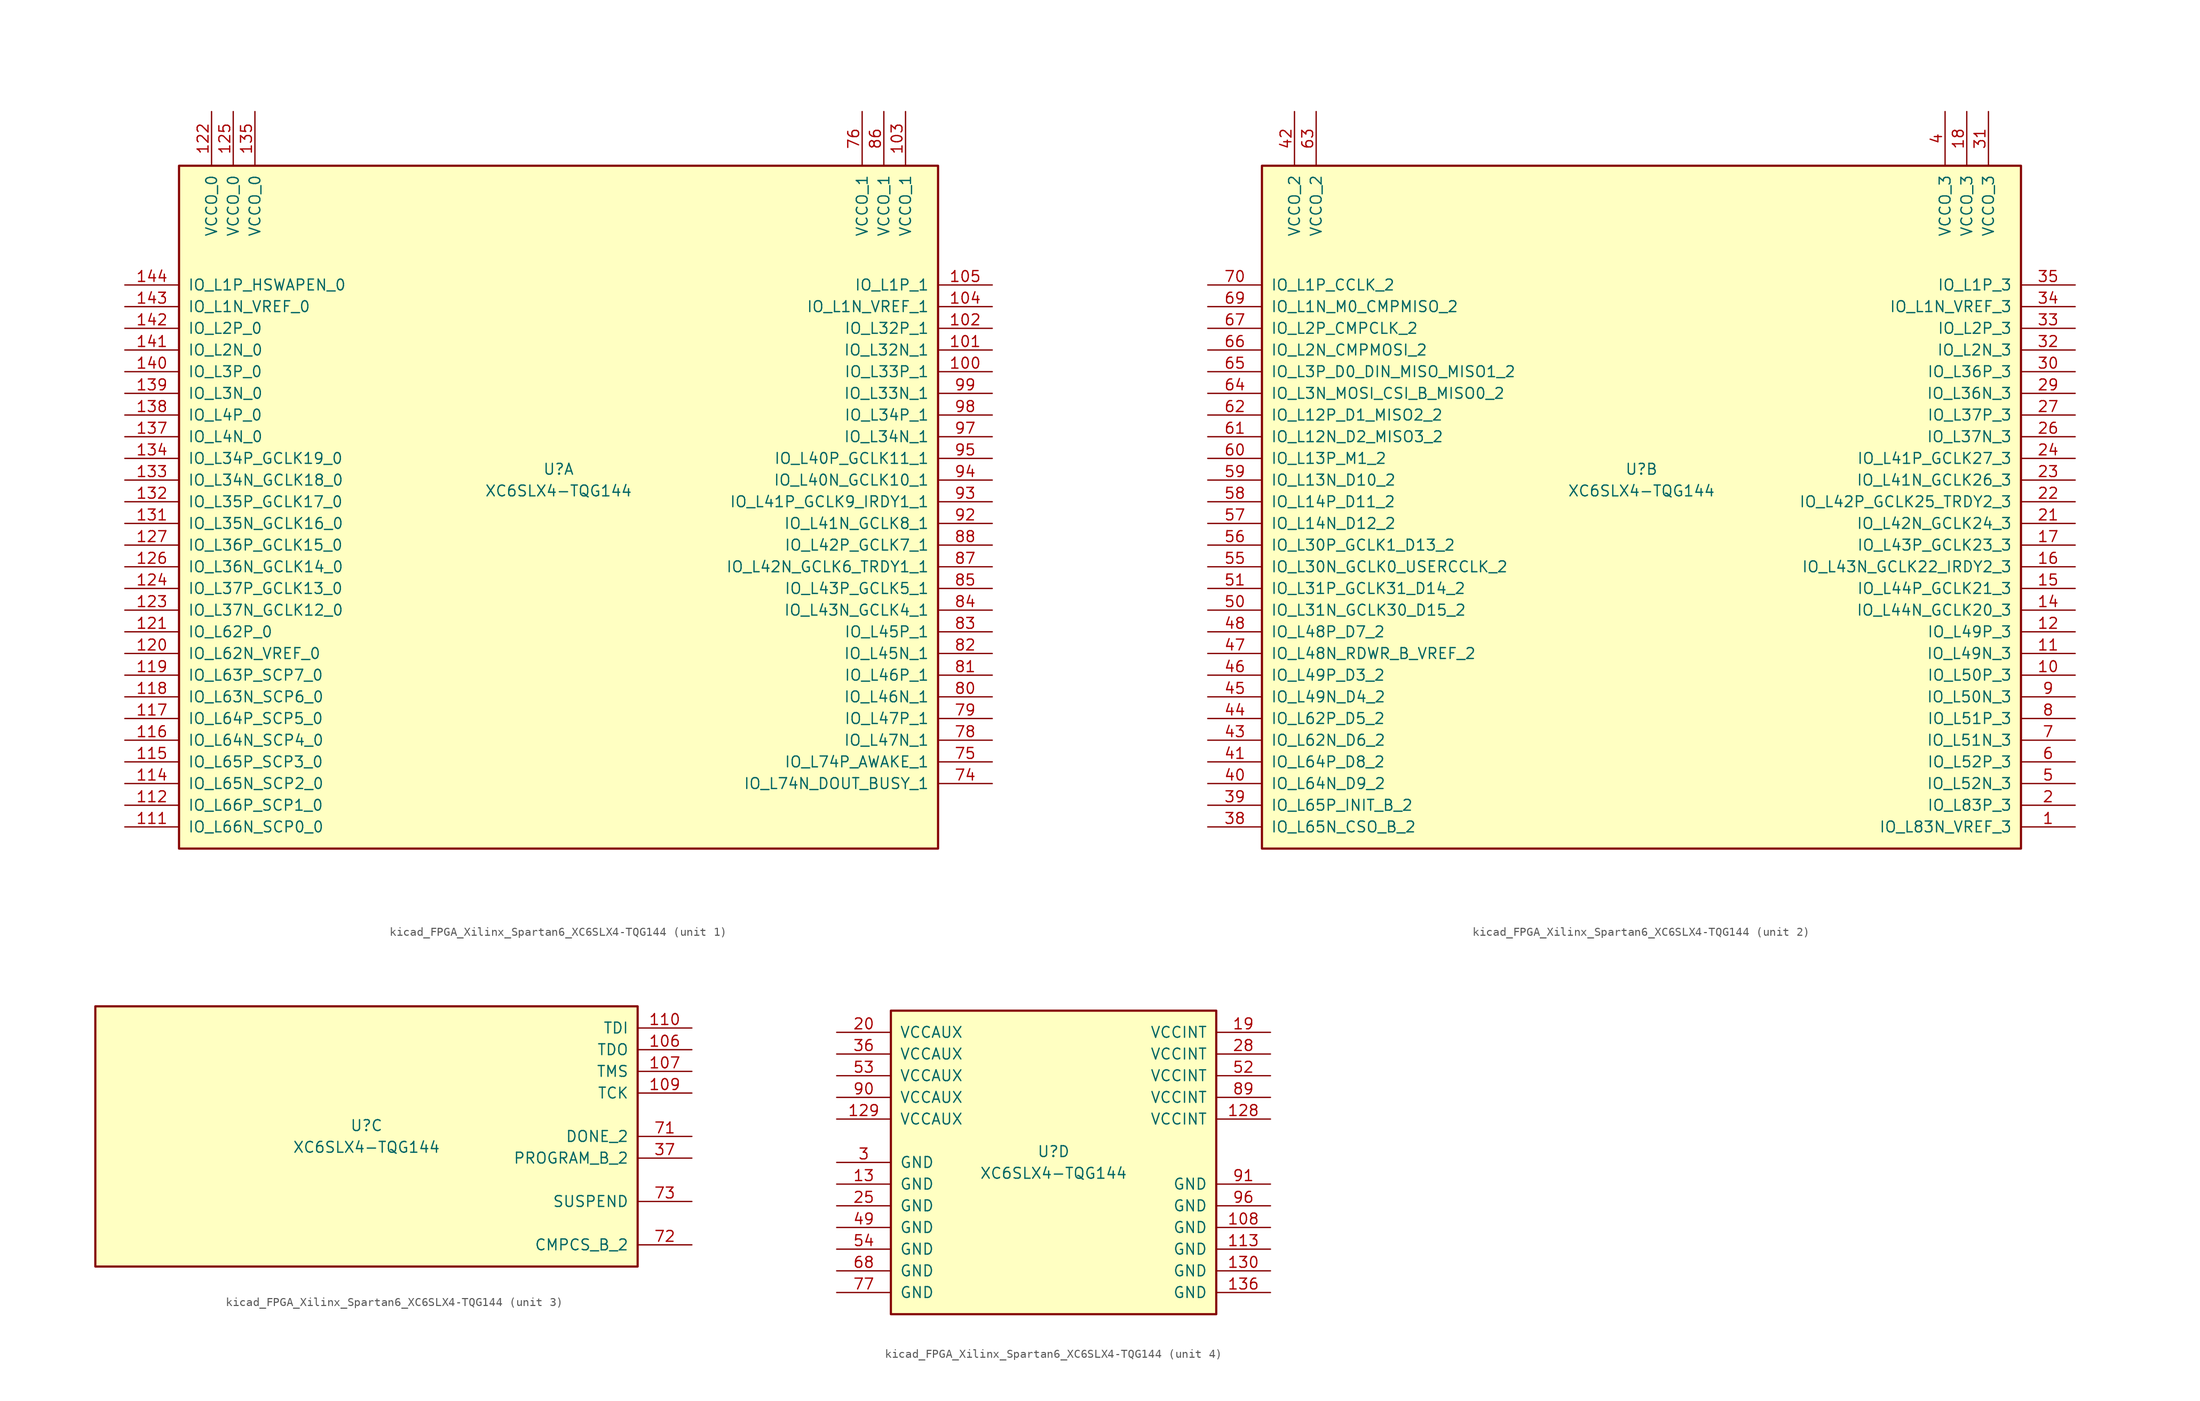
<source format=kicad_sym>
(kicad_symbol_lib
  (version 20220914)
  (generator kicad_symbol_editor)
  (symbol "kicad_FPGA_Xilinx_Spartan6_XC6SLX4-TQG144"
    (pin_names
      (offset 1.016))
    (property "Reference" "U"
      (at 0 1.27 0)
      (effects (font (size 1.27 1.27))))
    (property "Value" "XC6SLX4-TQG144"
      (at 0 -1.27 0)
      (effects (font (size 1.27 1.27))))
    (property "Datasheet" ""
      (at 0 0 0)
      (effects (font (size 1.27 1.27))))
    (property "ki_locked" ""
      (at 0 0 0)
      (effects (font (size 1.27 1.27))))
    (symbol "kicad_FPGA_Xilinx_Spartan6_XC6SLX4-TQG144_1_1"
      (rectangle (start -44.45 36.83) (end 44.45 -43.18) (stroke (width 0.254) (type default)) (fill (type background)))
      (pin bidirectional line (at 50.8 12.7 180) (length 6.35) (name "IO_L33P_1" (effects (font (size 1.27 1.27)))) (number "100" (effects (font (size 1.27 1.27)))))
      (pin bidirectional line (at 50.8 15.24 180) (length 6.35) (name "IO_L32N_1" (effects (font (size 1.27 1.27)))) (number "101" (effects (font (size 1.27 1.27)))))
      (pin bidirectional line (at 50.8 17.78 180) (length 6.35) (name "IO_L32P_1" (effects (font (size 1.27 1.27)))) (number "102" (effects (font (size 1.27 1.27)))))
      (pin power_in line (at 40.64 43.18 270) (length 6.35) (name "VCCO_1" (effects (font (size 1.27 1.27)))) (number "103" (effects (font (size 1.27 1.27)))))
      (pin bidirectional line (at 50.8 20.32 180) (length 6.35) (name "IO_L1N_VREF_1" (effects (font (size 1.27 1.27)))) (number "104" (effects (font (size 1.27 1.27)))))
      (pin bidirectional line (at 50.8 22.86 180) (length 6.35) (name "IO_L1P_1" (effects (font (size 1.27 1.27)))) (number "105" (effects (font (size 1.27 1.27)))))
      (pin bidirectional line (at -50.8 -40.64 0) (length 6.35) (name "IO_L66N_SCP0_0" (effects (font (size 1.27 1.27)))) (number "111" (effects (font (size 1.27 1.27)))))
      (pin bidirectional line (at -50.8 -38.1 0) (length 6.35) (name "IO_L66P_SCP1_0" (effects (font (size 1.27 1.27)))) (number "112" (effects (font (size 1.27 1.27)))))
      (pin bidirectional line (at -50.8 -35.56 0) (length 6.35) (name "IO_L65N_SCP2_0" (effects (font (size 1.27 1.27)))) (number "114" (effects (font (size 1.27 1.27)))))
      (pin bidirectional line (at -50.8 -33.02 0) (length 6.35) (name "IO_L65P_SCP3_0" (effects (font (size 1.27 1.27)))) (number "115" (effects (font (size 1.27 1.27)))))
      (pin bidirectional line (at -50.8 -30.48 0) (length 6.35) (name "IO_L64N_SCP4_0" (effects (font (size 1.27 1.27)))) (number "116" (effects (font (size 1.27 1.27)))))
      (pin bidirectional line (at -50.8 -27.94 0) (length 6.35) (name "IO_L64P_SCP5_0" (effects (font (size 1.27 1.27)))) (number "117" (effects (font (size 1.27 1.27)))))
      (pin bidirectional line (at -50.8 -25.4 0) (length 6.35) (name "IO_L63N_SCP6_0" (effects (font (size 1.27 1.27)))) (number "118" (effects (font (size 1.27 1.27)))))
      (pin bidirectional line (at -50.8 -22.86 0) (length 6.35) (name "IO_L63P_SCP7_0" (effects (font (size 1.27 1.27)))) (number "119" (effects (font (size 1.27 1.27)))))
      (pin bidirectional line (at -50.8 -20.32 0) (length 6.35) (name "IO_L62N_VREF_0" (effects (font (size 1.27 1.27)))) (number "120" (effects (font (size 1.27 1.27)))))
      (pin bidirectional line (at -50.8 -17.78 0) (length 6.35) (name "IO_L62P_0" (effects (font (size 1.27 1.27)))) (number "121" (effects (font (size 1.27 1.27)))))
      (pin power_in line (at -40.64 43.18 270) (length 6.35) (name "VCCO_0" (effects (font (size 1.27 1.27)))) (number "122" (effects (font (size 1.27 1.27)))))
      (pin bidirectional line (at -50.8 -15.24 0) (length 6.35) (name "IO_L37N_GCLK12_0" (effects (font (size 1.27 1.27)))) (number "123" (effects (font (size 1.27 1.27)))))
      (pin bidirectional line (at -50.8 -12.7 0) (length 6.35) (name "IO_L37P_GCLK13_0" (effects (font (size 1.27 1.27)))) (number "124" (effects (font (size 1.27 1.27)))))
      (pin power_in line (at -38.1 43.18 270) (length 6.35) (name "VCCO_0" (effects (font (size 1.27 1.27)))) (number "125" (effects (font (size 1.27 1.27)))))
      (pin bidirectional line (at -50.8 -10.16 0) (length 6.35) (name "IO_L36N_GCLK14_0" (effects (font (size 1.27 1.27)))) (number "126" (effects (font (size 1.27 1.27)))))
      (pin bidirectional line (at -50.8 -7.62 0) (length 6.35) (name "IO_L36P_GCLK15_0" (effects (font (size 1.27 1.27)))) (number "127" (effects (font (size 1.27 1.27)))))
      (pin bidirectional line (at -50.8 -5.08 0) (length 6.35) (name "IO_L35N_GCLK16_0" (effects (font (size 1.27 1.27)))) (number "131" (effects (font (size 1.27 1.27)))))
      (pin bidirectional line (at -50.8 -2.54 0) (length 6.35) (name "IO_L35P_GCLK17_0" (effects (font (size 1.27 1.27)))) (number "132" (effects (font (size 1.27 1.27)))))
      (pin bidirectional line (at -50.8 0 0) (length 6.35) (name "IO_L34N_GCLK18_0" (effects (font (size 1.27 1.27)))) (number "133" (effects (font (size 1.27 1.27)))))
      (pin bidirectional line (at -50.8 2.54 0) (length 6.35) (name "IO_L34P_GCLK19_0" (effects (font (size 1.27 1.27)))) (number "134" (effects (font (size 1.27 1.27)))))
      (pin power_in line (at -35.56 43.18 270) (length 6.35) (name "VCCO_0" (effects (font (size 1.27 1.27)))) (number "135" (effects (font (size 1.27 1.27)))))
      (pin bidirectional line (at -50.8 5.08 0) (length 6.35) (name "IO_L4N_0" (effects (font (size 1.27 1.27)))) (number "137" (effects (font (size 1.27 1.27)))))
      (pin bidirectional line (at -50.8 7.62 0) (length 6.35) (name "IO_L4P_0" (effects (font (size 1.27 1.27)))) (number "138" (effects (font (size 1.27 1.27)))))
      (pin bidirectional line (at -50.8 10.16 0) (length 6.35) (name "IO_L3N_0" (effects (font (size 1.27 1.27)))) (number "139" (effects (font (size 1.27 1.27)))))
      (pin bidirectional line (at -50.8 12.7 0) (length 6.35) (name "IO_L3P_0" (effects (font (size 1.27 1.27)))) (number "140" (effects (font (size 1.27 1.27)))))
      (pin bidirectional line (at -50.8 15.24 0) (length 6.35) (name "IO_L2N_0" (effects (font (size 1.27 1.27)))) (number "141" (effects (font (size 1.27 1.27)))))
      (pin bidirectional line (at -50.8 17.78 0) (length 6.35) (name "IO_L2P_0" (effects (font (size 1.27 1.27)))) (number "142" (effects (font (size 1.27 1.27)))))
      (pin bidirectional line (at -50.8 20.32 0) (length 6.35) (name "IO_L1N_VREF_0" (effects (font (size 1.27 1.27)))) (number "143" (effects (font (size 1.27 1.27)))))
      (pin bidirectional line (at -50.8 22.86 0) (length 6.35) (name "IO_L1P_HSWAPEN_0" (effects (font (size 1.27 1.27)))) (number "144" (effects (font (size 1.27 1.27)))))
      (pin bidirectional line (at 50.8 -35.56 180) (length 6.35) (name "IO_L74N_DOUT_BUSY_1" (effects (font (size 1.27 1.27)))) (number "74" (effects (font (size 1.27 1.27)))))
      (pin bidirectional line (at 50.8 -33.02 180) (length 6.35) (name "IO_L74P_AWAKE_1" (effects (font (size 1.27 1.27)))) (number "75" (effects (font (size 1.27 1.27)))))
      (pin power_in line (at 35.56 43.18 270) (length 6.35) (name "VCCO_1" (effects (font (size 1.27 1.27)))) (number "76" (effects (font (size 1.27 1.27)))))
      (pin bidirectional line (at 50.8 -30.48 180) (length 6.35) (name "IO_L47N_1" (effects (font (size 1.27 1.27)))) (number "78" (effects (font (size 1.27 1.27)))))
      (pin bidirectional line (at 50.8 -27.94 180) (length 6.35) (name "IO_L47P_1" (effects (font (size 1.27 1.27)))) (number "79" (effects (font (size 1.27 1.27)))))
      (pin bidirectional line (at 50.8 -25.4 180) (length 6.35) (name "IO_L46N_1" (effects (font (size 1.27 1.27)))) (number "80" (effects (font (size 1.27 1.27)))))
      (pin bidirectional line (at 50.8 -22.86 180) (length 6.35) (name "IO_L46P_1" (effects (font (size 1.27 1.27)))) (number "81" (effects (font (size 1.27 1.27)))))
      (pin bidirectional line (at 50.8 -20.32 180) (length 6.35) (name "IO_L45N_1" (effects (font (size 1.27 1.27)))) (number "82" (effects (font (size 1.27 1.27)))))
      (pin bidirectional line (at 50.8 -17.78 180) (length 6.35) (name "IO_L45P_1" (effects (font (size 1.27 1.27)))) (number "83" (effects (font (size 1.27 1.27)))))
      (pin bidirectional line (at 50.8 -15.24 180) (length 6.35) (name "IO_L43N_GCLK4_1" (effects (font (size 1.27 1.27)))) (number "84" (effects (font (size 1.27 1.27)))))
      (pin bidirectional line (at 50.8 -12.7 180) (length 6.35) (name "IO_L43P_GCLK5_1" (effects (font (size 1.27 1.27)))) (number "85" (effects (font (size 1.27 1.27)))))
      (pin power_in line (at 38.1 43.18 270) (length 6.35) (name "VCCO_1" (effects (font (size 1.27 1.27)))) (number "86" (effects (font (size 1.27 1.27)))))
      (pin bidirectional line (at 50.8 -10.16 180) (length 6.35) (name "IO_L42N_GCLK6_TRDY1_1" (effects (font (size 1.27 1.27)))) (number "87" (effects (font (size 1.27 1.27)))))
      (pin bidirectional line (at 50.8 -7.62 180) (length 6.35) (name "IO_L42P_GCLK7_1" (effects (font (size 1.27 1.27)))) (number "88" (effects (font (size 1.27 1.27)))))
      (pin bidirectional line (at 50.8 -5.08 180) (length 6.35) (name "IO_L41N_GCLK8_1" (effects (font (size 1.27 1.27)))) (number "92" (effects (font (size 1.27 1.27)))))
      (pin bidirectional line (at 50.8 -2.54 180) (length 6.35) (name "IO_L41P_GCLK9_IRDY1_1" (effects (font (size 1.27 1.27)))) (number "93" (effects (font (size 1.27 1.27)))))
      (pin bidirectional line (at 50.8 0 180) (length 6.35) (name "IO_L40N_GCLK10_1" (effects (font (size 1.27 1.27)))) (number "94" (effects (font (size 1.27 1.27)))))
      (pin bidirectional line (at 50.8 2.54 180) (length 6.35) (name "IO_L40P_GCLK11_1" (effects (font (size 1.27 1.27)))) (number "95" (effects (font (size 1.27 1.27)))))
      (pin bidirectional line (at 50.8 5.08 180) (length 6.35) (name "IO_L34N_1" (effects (font (size 1.27 1.27)))) (number "97" (effects (font (size 1.27 1.27)))))
      (pin bidirectional line (at 50.8 7.62 180) (length 6.35) (name "IO_L34P_1" (effects (font (size 1.27 1.27)))) (number "98" (effects (font (size 1.27 1.27)))))
      (pin bidirectional line (at 50.8 10.16 180) (length 6.35) (name "IO_L33N_1" (effects (font (size 1.27 1.27)))) (number "99" (effects (font (size 1.27 1.27))))))
    (symbol "kicad_FPGA_Xilinx_Spartan6_XC6SLX4-TQG144_2_1"
      (rectangle (start -44.45 36.83) (end 44.45 -43.18) (stroke (width 0.254) (type default)) (fill (type background)))
      (pin bidirectional line (at 50.8 -40.64 180) (length 6.35) (name "IO_L83N_VREF_3" (effects (font (size 1.27 1.27)))) (number "1" (effects (font (size 1.27 1.27)))))
      (pin bidirectional line (at 50.8 -22.86 180) (length 6.35) (name "IO_L50P_3" (effects (font (size 1.27 1.27)))) (number "10" (effects (font (size 1.27 1.27)))))
      (pin bidirectional line (at 50.8 -20.32 180) (length 6.35) (name "IO_L49N_3" (effects (font (size 1.27 1.27)))) (number "11" (effects (font (size 1.27 1.27)))))
      (pin bidirectional line (at 50.8 -17.78 180) (length 6.35) (name "IO_L49P_3" (effects (font (size 1.27 1.27)))) (number "12" (effects (font (size 1.27 1.27)))))
      (pin bidirectional line (at 50.8 -15.24 180) (length 6.35) (name "IO_L44N_GCLK20_3" (effects (font (size 1.27 1.27)))) (number "14" (effects (font (size 1.27 1.27)))))
      (pin bidirectional line (at 50.8 -12.7 180) (length 6.35) (name "IO_L44P_GCLK21_3" (effects (font (size 1.27 1.27)))) (number "15" (effects (font (size 1.27 1.27)))))
      (pin bidirectional line (at 50.8 -10.16 180) (length 6.35) (name "IO_L43N_GCLK22_IRDY2_3" (effects (font (size 1.27 1.27)))) (number "16" (effects (font (size 1.27 1.27)))))
      (pin bidirectional line (at 50.8 -7.62 180) (length 6.35) (name "IO_L43P_GCLK23_3" (effects (font (size 1.27 1.27)))) (number "17" (effects (font (size 1.27 1.27)))))
      (pin power_in line (at 38.1 43.18 270) (length 6.35) (name "VCCO_3" (effects (font (size 1.27 1.27)))) (number "18" (effects (font (size 1.27 1.27)))))
      (pin bidirectional line (at 50.8 -38.1 180) (length 6.35) (name "IO_L83P_3" (effects (font (size 1.27 1.27)))) (number "2" (effects (font (size 1.27 1.27)))))
      (pin bidirectional line (at 50.8 -5.08 180) (length 6.35) (name "IO_L42N_GCLK24_3" (effects (font (size 1.27 1.27)))) (number "21" (effects (font (size 1.27 1.27)))))
      (pin bidirectional line (at 50.8 -2.54 180) (length 6.35) (name "IO_L42P_GCLK25_TRDY2_3" (effects (font (size 1.27 1.27)))) (number "22" (effects (font (size 1.27 1.27)))))
      (pin bidirectional line (at 50.8 0 180) (length 6.35) (name "IO_L41N_GCLK26_3" (effects (font (size 1.27 1.27)))) (number "23" (effects (font (size 1.27 1.27)))))
      (pin bidirectional line (at 50.8 2.54 180) (length 6.35) (name "IO_L41P_GCLK27_3" (effects (font (size 1.27 1.27)))) (number "24" (effects (font (size 1.27 1.27)))))
      (pin bidirectional line (at 50.8 5.08 180) (length 6.35) (name "IO_L37N_3" (effects (font (size 1.27 1.27)))) (number "26" (effects (font (size 1.27 1.27)))))
      (pin bidirectional line (at 50.8 7.62 180) (length 6.35) (name "IO_L37P_3" (effects (font (size 1.27 1.27)))) (number "27" (effects (font (size 1.27 1.27)))))
      (pin bidirectional line (at 50.8 10.16 180) (length 6.35) (name "IO_L36N_3" (effects (font (size 1.27 1.27)))) (number "29" (effects (font (size 1.27 1.27)))))
      (pin bidirectional line (at 50.8 12.7 180) (length 6.35) (name "IO_L36P_3" (effects (font (size 1.27 1.27)))) (number "30" (effects (font (size 1.27 1.27)))))
      (pin power_in line (at 40.64 43.18 270) (length 6.35) (name "VCCO_3" (effects (font (size 1.27 1.27)))) (number "31" (effects (font (size 1.27 1.27)))))
      (pin bidirectional line (at 50.8 15.24 180) (length 6.35) (name "IO_L2N_3" (effects (font (size 1.27 1.27)))) (number "32" (effects (font (size 1.27 1.27)))))
      (pin bidirectional line (at 50.8 17.78 180) (length 6.35) (name "IO_L2P_3" (effects (font (size 1.27 1.27)))) (number "33" (effects (font (size 1.27 1.27)))))
      (pin bidirectional line (at 50.8 20.32 180) (length 6.35) (name "IO_L1N_VREF_3" (effects (font (size 1.27 1.27)))) (number "34" (effects (font (size 1.27 1.27)))))
      (pin bidirectional line (at 50.8 22.86 180) (length 6.35) (name "IO_L1P_3" (effects (font (size 1.27 1.27)))) (number "35" (effects (font (size 1.27 1.27)))))
      (pin bidirectional line (at -50.8 -40.64 0) (length 6.35) (name "IO_L65N_CSO_B_2" (effects (font (size 1.27 1.27)))) (number "38" (effects (font (size 1.27 1.27)))))
      (pin bidirectional line (at -50.8 -38.1 0) (length 6.35) (name "IO_L65P_INIT_B_2" (effects (font (size 1.27 1.27)))) (number "39" (effects (font (size 1.27 1.27)))))
      (pin power_in line (at 35.56 43.18 270) (length 6.35) (name "VCCO_3" (effects (font (size 1.27 1.27)))) (number "4" (effects (font (size 1.27 1.27)))))
      (pin bidirectional line (at -50.8 -35.56 0) (length 6.35) (name "IO_L64N_D9_2" (effects (font (size 1.27 1.27)))) (number "40" (effects (font (size 1.27 1.27)))))
      (pin bidirectional line (at -50.8 -33.02 0) (length 6.35) (name "IO_L64P_D8_2" (effects (font (size 1.27 1.27)))) (number "41" (effects (font (size 1.27 1.27)))))
      (pin power_in line (at -40.64 43.18 270) (length 6.35) (name "VCCO_2" (effects (font (size 1.27 1.27)))) (number "42" (effects (font (size 1.27 1.27)))))
      (pin bidirectional line (at -50.8 -30.48 0) (length 6.35) (name "IO_L62N_D6_2" (effects (font (size 1.27 1.27)))) (number "43" (effects (font (size 1.27 1.27)))))
      (pin bidirectional line (at -50.8 -27.94 0) (length 6.35) (name "IO_L62P_D5_2" (effects (font (size 1.27 1.27)))) (number "44" (effects (font (size 1.27 1.27)))))
      (pin bidirectional line (at -50.8 -25.4 0) (length 6.35) (name "IO_L49N_D4_2" (effects (font (size 1.27 1.27)))) (number "45" (effects (font (size 1.27 1.27)))))
      (pin bidirectional line (at -50.8 -22.86 0) (length 6.35) (name "IO_L49P_D3_2" (effects (font (size 1.27 1.27)))) (number "46" (effects (font (size 1.27 1.27)))))
      (pin bidirectional line (at -50.8 -20.32 0) (length 6.35) (name "IO_L48N_RDWR_B_VREF_2" (effects (font (size 1.27 1.27)))) (number "47" (effects (font (size 1.27 1.27)))))
      (pin bidirectional line (at -50.8 -17.78 0) (length 6.35) (name "IO_L48P_D7_2" (effects (font (size 1.27 1.27)))) (number "48" (effects (font (size 1.27 1.27)))))
      (pin bidirectional line (at 50.8 -35.56 180) (length 6.35) (name "IO_L52N_3" (effects (font (size 1.27 1.27)))) (number "5" (effects (font (size 1.27 1.27)))))
      (pin bidirectional line (at -50.8 -15.24 0) (length 6.35) (name "IO_L31N_GCLK30_D15_2" (effects (font (size 1.27 1.27)))) (number "50" (effects (font (size 1.27 1.27)))))
      (pin bidirectional line (at -50.8 -12.7 0) (length 6.35) (name "IO_L31P_GCLK31_D14_2" (effects (font (size 1.27 1.27)))) (number "51" (effects (font (size 1.27 1.27)))))
      (pin bidirectional line (at -50.8 -10.16 0) (length 6.35) (name "IO_L30N_GCLK0_USERCCLK_2" (effects (font (size 1.27 1.27)))) (number "55" (effects (font (size 1.27 1.27)))))
      (pin bidirectional line (at -50.8 -7.62 0) (length 6.35) (name "IO_L30P_GCLK1_D13_2" (effects (font (size 1.27 1.27)))) (number "56" (effects (font (size 1.27 1.27)))))
      (pin bidirectional line (at -50.8 -5.08 0) (length 6.35) (name "IO_L14N_D12_2" (effects (font (size 1.27 1.27)))) (number "57" (effects (font (size 1.27 1.27)))))
      (pin bidirectional line (at -50.8 -2.54 0) (length 6.35) (name "IO_L14P_D11_2" (effects (font (size 1.27 1.27)))) (number "58" (effects (font (size 1.27 1.27)))))
      (pin bidirectional line (at -50.8 0 0) (length 6.35) (name "IO_L13N_D10_2" (effects (font (size 1.27 1.27)))) (number "59" (effects (font (size 1.27 1.27)))))
      (pin bidirectional line (at 50.8 -33.02 180) (length 6.35) (name "IO_L52P_3" (effects (font (size 1.27 1.27)))) (number "6" (effects (font (size 1.27 1.27)))))
      (pin bidirectional line (at -50.8 2.54 0) (length 6.35) (name "IO_L13P_M1_2" (effects (font (size 1.27 1.27)))) (number "60" (effects (font (size 1.27 1.27)))))
      (pin bidirectional line (at -50.8 5.08 0) (length 6.35) (name "IO_L12N_D2_MISO3_2" (effects (font (size 1.27 1.27)))) (number "61" (effects (font (size 1.27 1.27)))))
      (pin bidirectional line (at -50.8 7.62 0) (length 6.35) (name "IO_L12P_D1_MISO2_2" (effects (font (size 1.27 1.27)))) (number "62" (effects (font (size 1.27 1.27)))))
      (pin power_in line (at -38.1 43.18 270) (length 6.35) (name "VCCO_2" (effects (font (size 1.27 1.27)))) (number "63" (effects (font (size 1.27 1.27)))))
      (pin bidirectional line (at -50.8 10.16 0) (length 6.35) (name "IO_L3N_MOSI_CSI_B_MISO0_2" (effects (font (size 1.27 1.27)))) (number "64" (effects (font (size 1.27 1.27)))))
      (pin bidirectional line (at -50.8 12.7 0) (length 6.35) (name "IO_L3P_D0_DIN_MISO_MISO1_2" (effects (font (size 1.27 1.27)))) (number "65" (effects (font (size 1.27 1.27)))))
      (pin bidirectional line (at -50.8 15.24 0) (length 6.35) (name "IO_L2N_CMPMOSI_2" (effects (font (size 1.27 1.27)))) (number "66" (effects (font (size 1.27 1.27)))))
      (pin bidirectional line (at -50.8 17.78 0) (length 6.35) (name "IO_L2P_CMPCLK_2" (effects (font (size 1.27 1.27)))) (number "67" (effects (font (size 1.27 1.27)))))
      (pin bidirectional line (at -50.8 20.32 0) (length 6.35) (name "IO_L1N_M0_CMPMISO_2" (effects (font (size 1.27 1.27)))) (number "69" (effects (font (size 1.27 1.27)))))
      (pin bidirectional line (at 50.8 -30.48 180) (length 6.35) (name "IO_L51N_3" (effects (font (size 1.27 1.27)))) (number "7" (effects (font (size 1.27 1.27)))))
      (pin bidirectional line (at -50.8 22.86 0) (length 6.35) (name "IO_L1P_CCLK_2" (effects (font (size 1.27 1.27)))) (number "70" (effects (font (size 1.27 1.27)))))
      (pin bidirectional line (at 50.8 -27.94 180) (length 6.35) (name "IO_L51P_3" (effects (font (size 1.27 1.27)))) (number "8" (effects (font (size 1.27 1.27)))))
      (pin bidirectional line (at 50.8 -25.4 180) (length 6.35) (name "IO_L50N_3" (effects (font (size 1.27 1.27)))) (number "9" (effects (font (size 1.27 1.27))))))
    (symbol "kicad_FPGA_Xilinx_Spartan6_XC6SLX4-TQG144_3_1"
      (rectangle (start -31.75 15.24) (end 31.75 -15.24) (stroke (width 0.254) (type default)) (fill (type background)))
      (pin bidirectional line (at 38.1 10.16 180) (length 6.35) (name "TDO" (effects (font (size 1.27 1.27)))) (number "106" (effects (font (size 1.27 1.27)))))
      (pin bidirectional line (at 38.1 7.62 180) (length 6.35) (name "TMS" (effects (font (size 1.27 1.27)))) (number "107" (effects (font (size 1.27 1.27)))))
      (pin bidirectional line (at 38.1 5.08 180) (length 6.35) (name "TCK" (effects (font (size 1.27 1.27)))) (number "109" (effects (font (size 1.27 1.27)))))
      (pin bidirectional line (at 38.1 12.7 180) (length 6.35) (name "TDI" (effects (font (size 1.27 1.27)))) (number "110" (effects (font (size 1.27 1.27)))))
      (pin bidirectional line (at 38.1 -2.54 180) (length 6.35) (name "PROGRAM_B_2" (effects (font (size 1.27 1.27)))) (number "37" (effects (font (size 1.27 1.27)))))
      (pin bidirectional line (at 38.1 0 180) (length 6.35) (name "DONE_2" (effects (font (size 1.27 1.27)))) (number "71" (effects (font (size 1.27 1.27)))))
      (pin bidirectional line (at 38.1 -12.7 180) (length 6.35) (name "CMPCS_B_2" (effects (font (size 1.27 1.27)))) (number "72" (effects (font (size 1.27 1.27)))))
      (pin bidirectional line (at 38.1 -7.62 180) (length 6.35) (name "SUSPEND" (effects (font (size 1.27 1.27)))) (number "73" (effects (font (size 1.27 1.27))))))
    (symbol "kicad_FPGA_Xilinx_Spartan6_XC6SLX4-TQG144_4_1"
      (rectangle (start -19.05 17.78) (end 19.05 -17.78) (stroke (width 0.254) (type default)) (fill (type background)))
      (pin power_in line (at 25.4 -7.62 180) (length 6.35) (name "GND" (effects (font (size 1.27 1.27)))) (number "108" (effects (font (size 1.27 1.27)))))
      (pin power_in line (at 25.4 -10.16 180) (length 6.35) (name "GND" (effects (font (size 1.27 1.27)))) (number "113" (effects (font (size 1.27 1.27)))))
      (pin power_in line (at 25.4 5.08 180) (length 6.35) (name "VCCINT" (effects (font (size 1.27 1.27)))) (number "128" (effects (font (size 1.27 1.27)))))
      (pin power_in line (at -25.4 5.08 0) (length 6.35) (name "VCCAUX" (effects (font (size 1.27 1.27)))) (number "129" (effects (font (size 1.27 1.27)))))
      (pin power_in line (at -25.4 -2.54 0) (length 6.35) (name "GND" (effects (font (size 1.27 1.27)))) (number "13" (effects (font (size 1.27 1.27)))))
      (pin power_in line (at 25.4 -12.7 180) (length 6.35) (name "GND" (effects (font (size 1.27 1.27)))) (number "130" (effects (font (size 1.27 1.27)))))
      (pin power_in line (at 25.4 -15.24 180) (length 6.35) (name "GND" (effects (font (size 1.27 1.27)))) (number "136" (effects (font (size 1.27 1.27)))))
      (pin power_in line (at 25.4 15.24 180) (length 6.35) (name "VCCINT" (effects (font (size 1.27 1.27)))) (number "19" (effects (font (size 1.27 1.27)))))
      (pin power_in line (at -25.4 15.24 0) (length 6.35) (name "VCCAUX" (effects (font (size 1.27 1.27)))) (number "20" (effects (font (size 1.27 1.27)))))
      (pin power_in line (at -25.4 -5.08 0) (length 6.35) (name "GND" (effects (font (size 1.27 1.27)))) (number "25" (effects (font (size 1.27 1.27)))))
      (pin power_in line (at 25.4 12.7 180) (length 6.35) (name "VCCINT" (effects (font (size 1.27 1.27)))) (number "28" (effects (font (size 1.27 1.27)))))
      (pin power_in line (at -25.4 0 0) (length 6.35) (name "GND" (effects (font (size 1.27 1.27)))) (number "3" (effects (font (size 1.27 1.27)))))
      (pin power_in line (at -25.4 12.7 0) (length 6.35) (name "VCCAUX" (effects (font (size 1.27 1.27)))) (number "36" (effects (font (size 1.27 1.27)))))
      (pin power_in line (at -25.4 -7.62 0) (length 6.35) (name "GND" (effects (font (size 1.27 1.27)))) (number "49" (effects (font (size 1.27 1.27)))))
      (pin power_in line (at 25.4 10.16 180) (length 6.35) (name "VCCINT" (effects (font (size 1.27 1.27)))) (number "52" (effects (font (size 1.27 1.27)))))
      (pin power_in line (at -25.4 10.16 0) (length 6.35) (name "VCCAUX" (effects (font (size 1.27 1.27)))) (number "53" (effects (font (size 1.27 1.27)))))
      (pin power_in line (at -25.4 -10.16 0) (length 6.35) (name "GND" (effects (font (size 1.27 1.27)))) (number "54" (effects (font (size 1.27 1.27)))))
      (pin power_in line (at -25.4 -12.7 0) (length 6.35) (name "GND" (effects (font (size 1.27 1.27)))) (number "68" (effects (font (size 1.27 1.27)))))
      (pin power_in line (at -25.4 -15.24 0) (length 6.35) (name "GND" (effects (font (size 1.27 1.27)))) (number "77" (effects (font (size 1.27 1.27)))))
      (pin power_in line (at 25.4 7.62 180) (length 6.35) (name "VCCINT" (effects (font (size 1.27 1.27)))) (number "89" (effects (font (size 1.27 1.27)))))
      (pin power_in line (at -25.4 7.62 0) (length 6.35) (name "VCCAUX" (effects (font (size 1.27 1.27)))) (number "90" (effects (font (size 1.27 1.27)))))
      (pin power_in line (at 25.4 -2.54 180) (length 6.35) (name "GND" (effects (font (size 1.27 1.27)))) (number "91" (effects (font (size 1.27 1.27)))))
      (pin power_in line (at 25.4 -5.08 180) (length 6.35) (name "GND" (effects (font (size 1.27 1.27)))) (number "96" (effects (font (size 1.27 1.27))))))))
</source>
